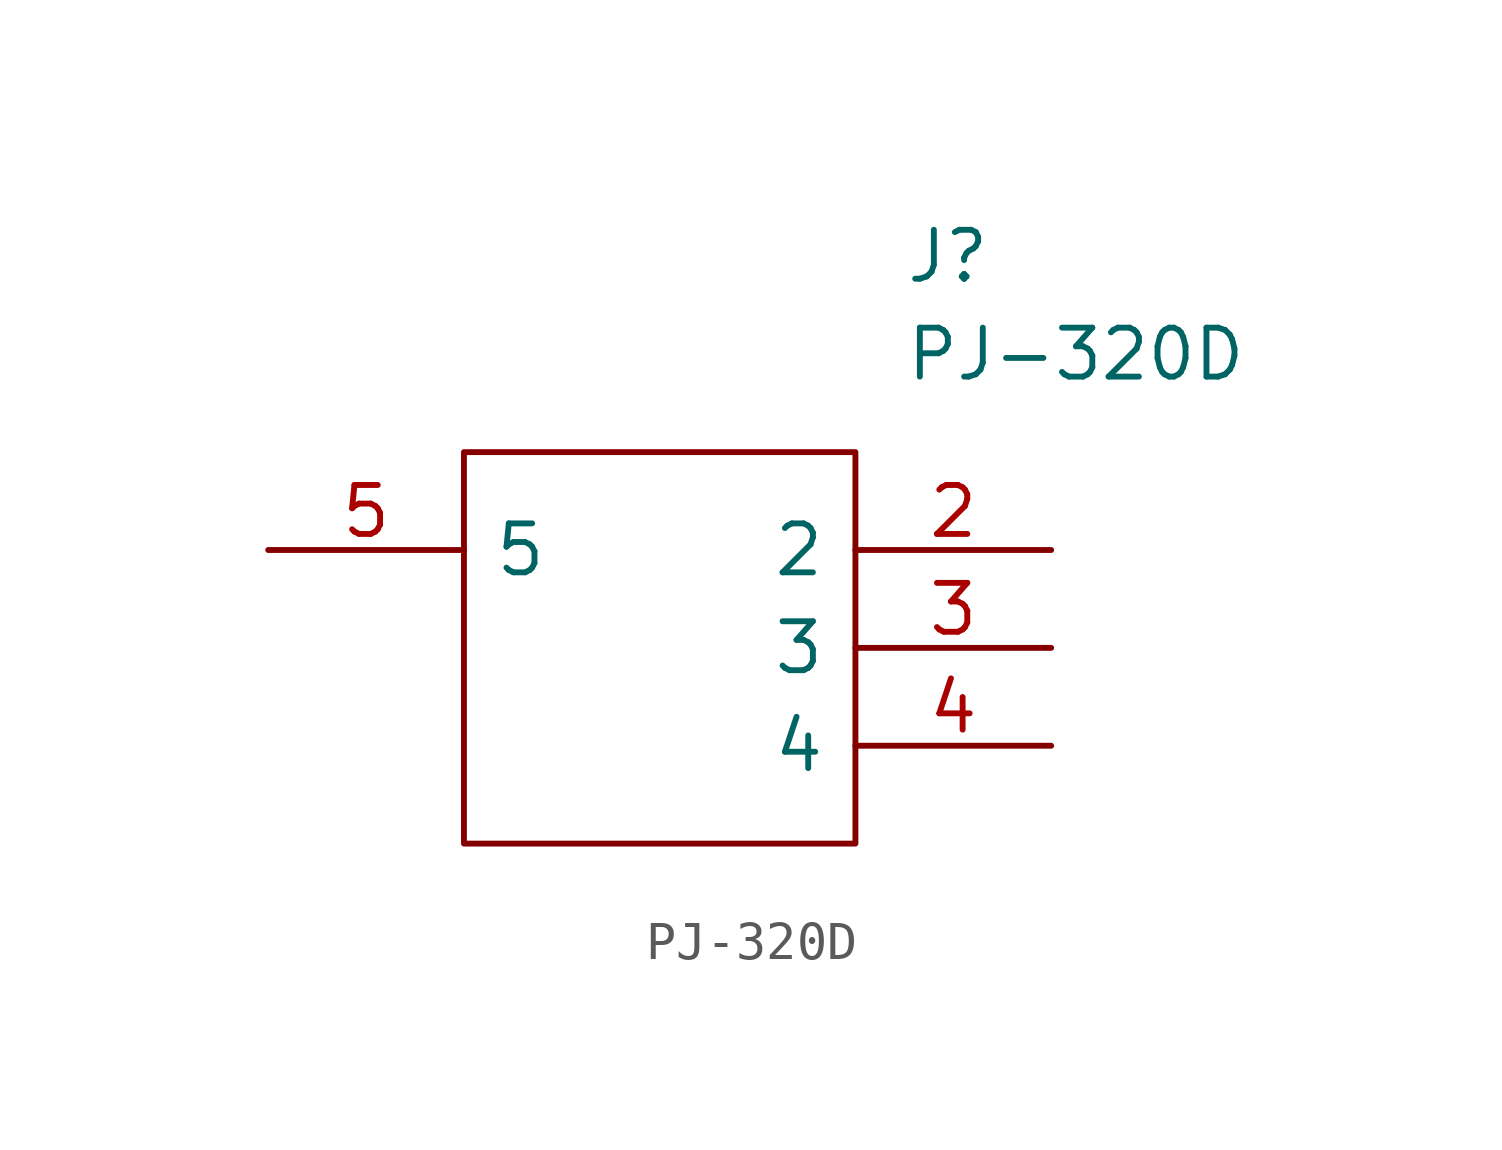
<source format=kicad_sym>
(kicad_symbol_lib
  (version 20211014)
  (generator kicad_symbol_editor)
  (symbol "PJ-320D"
    (pin_names
      (offset 0.762))
    (property "Reference" "J"
      (at 16.51 7.62 0)
      (effects (font (size 1.27 1.27)) (justify left)))
    (property "Value" "PJ-320D"
      (at 16.51 5.08 0)
      (effects (font (size 1.27 1.27)) (justify left)))
    (symbol "PJ-320D_0_0"
      (pin passive line (at 20.32 0 180) (length 5.08) (name "2" (effects (font (size 1.27 1.27)))) (number "2" (effects (font (size 1.27 1.27)))))
      (pin passive line (at 20.32 -2.54 180) (length 5.08) (name "3" (effects (font (size 1.27 1.27)))) (number "3" (effects (font (size 1.27 1.27)))))
      (pin passive line (at 20.32 -5.08 180) (length 5.08) (name "4" (effects (font (size 1.27 1.27)))) (number "4" (effects (font (size 1.27 1.27)))))
      (pin passive line (at 0 0 0) (length 5.08) (name "5" (effects (font (size 1.27 1.27)))) (number "5" (effects (font (size 1.27 1.27))))))
    (symbol "PJ-320D_0_1"
      (polyline (pts (xy 5.08 2.54) (xy 15.24 2.54) (xy 15.24 -7.62) (xy 5.08 -7.62) (xy 5.08 2.54)) (stroke (width 0.152) (type default) (color 0 0 0 0)) (fill (type none))))))
</source>
